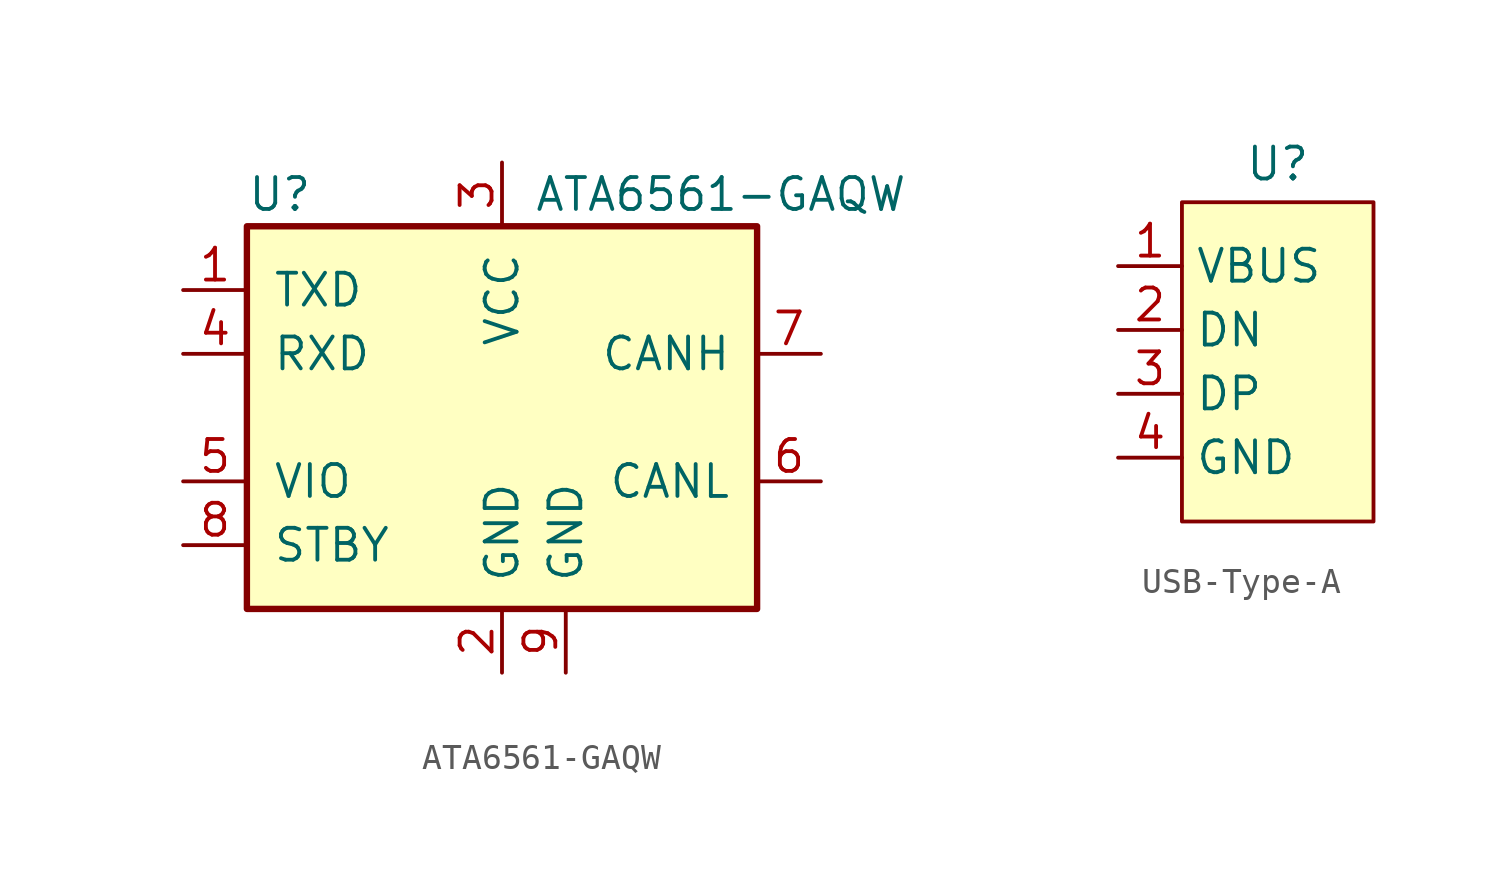
<source format=kicad_sym>
(kicad_symbol_lib
  (version 20241209)
  (generator "kicad_symbol_editor")
  (generator_version "9.0")
  (symbol "ATA6561-GAQW"
    (pin_names
      (offset 1.016))
    (property "Reference" "U"
      (at -10.16 8.89 0)
      (effects (font (size 1.27 1.27)) (justify left)))
    (property "Value" "ATA6561-GAQW"
      (at 1.27 8.89 0)
      (effects (font (size 1.27 1.27)) (justify left)))
    (symbol "ATA6561-GAQW_0_1"
      (rectangle (start -10.16 7.62) (end 10.16 -7.62) (stroke (width 0.254) (type default)) (fill (type background))))
    (symbol "ATA6561-GAQW_1_1"
      (pin input line (at -12.7 5.08 0) (length 2.54) (name "TXD" (effects (font (size 1.27 1.27)))) (number "1" (effects (font (size 1.27 1.27)))))
      (pin output line (at -12.7 2.54 0) (length 2.54) (name "RXD" (effects (font (size 1.27 1.27)))) (number "4" (effects (font (size 1.27 1.27)))))
      (pin power_in line (at -12.7 -2.54 0) (length 2.54) (name "VIO" (effects (font (size 1.27 1.27)))) (number "5" (effects (font (size 1.27 1.27)))))
      (pin input line (at -12.7 -5.08 0) (length 2.54) (name "STBY" (effects (font (size 1.27 1.27)))) (number "8" (effects (font (size 1.27 1.27)))))
      (pin power_in line (at 0 10.16 270) (length 2.54) (name "VCC" (effects (font (size 1.27 1.27)))) (number "3" (effects (font (size 1.27 1.27)))))
      (pin power_in line (at 0 -10.16 90) (length 2.54) (name "GND" (effects (font (size 1.27 1.27)))) (number "2" (effects (font (size 1.27 1.27)))))
      (pin power_in line (at 2.54 -10.16 90) (length 2.54) (name "GND" (effects (font (size 1.27 1.27)))) (number "9" (effects (font (size 1.27 1.27)))))
      (pin bidirectional line (at 12.7 2.54 180) (length 2.54) (name "CANH" (effects (font (size 1.27 1.27)))) (number "7" (effects (font (size 1.27 1.27)))))
      (pin bidirectional line (at 12.7 -2.54 180) (length 2.54) (name "CANL" (effects (font (size 1.27 1.27)))) (number "6" (effects (font (size 1.27 1.27)))))))
  (symbol "USB-Type-A"
    (property "Reference" "U"
      (at 0 7.874 0)
      (effects (font (size 1.27 1.27))))
    (property "Value" ""
      (at 0 0 0)
      (effects (font (size 1.27 1.27))))
    (symbol "USB-Type-A_1_1"
      (rectangle (start -3.81 6.35) (end 3.81 -6.35) (stroke (width 0) (type solid)) (fill (type background)))
      (pin power_out line (at -6.35 3.81 0) (length 2.54) (name "VBUS" (effects (font (size 1.27 1.27)))) (number "1" (effects (font (size 1.27 1.27)))))
      (pin bidirectional line (at -6.35 1.27 0) (length 2.54) (name "DN" (effects (font (size 1.27 1.27)))) (number "2" (effects (font (size 1.27 1.27)))))
      (pin bidirectional line (at -6.35 -1.27 0) (length 2.54) (name "DP" (effects (font (size 1.27 1.27)))) (number "3" (effects (font (size 1.27 1.27)))))
      (pin power_out line (at -6.35 -3.81 0) (length 2.54) (name "GND" (effects (font (size 1.27 1.27)))) (number "4" (effects (font (size 1.27 1.27))))))))
</source>
